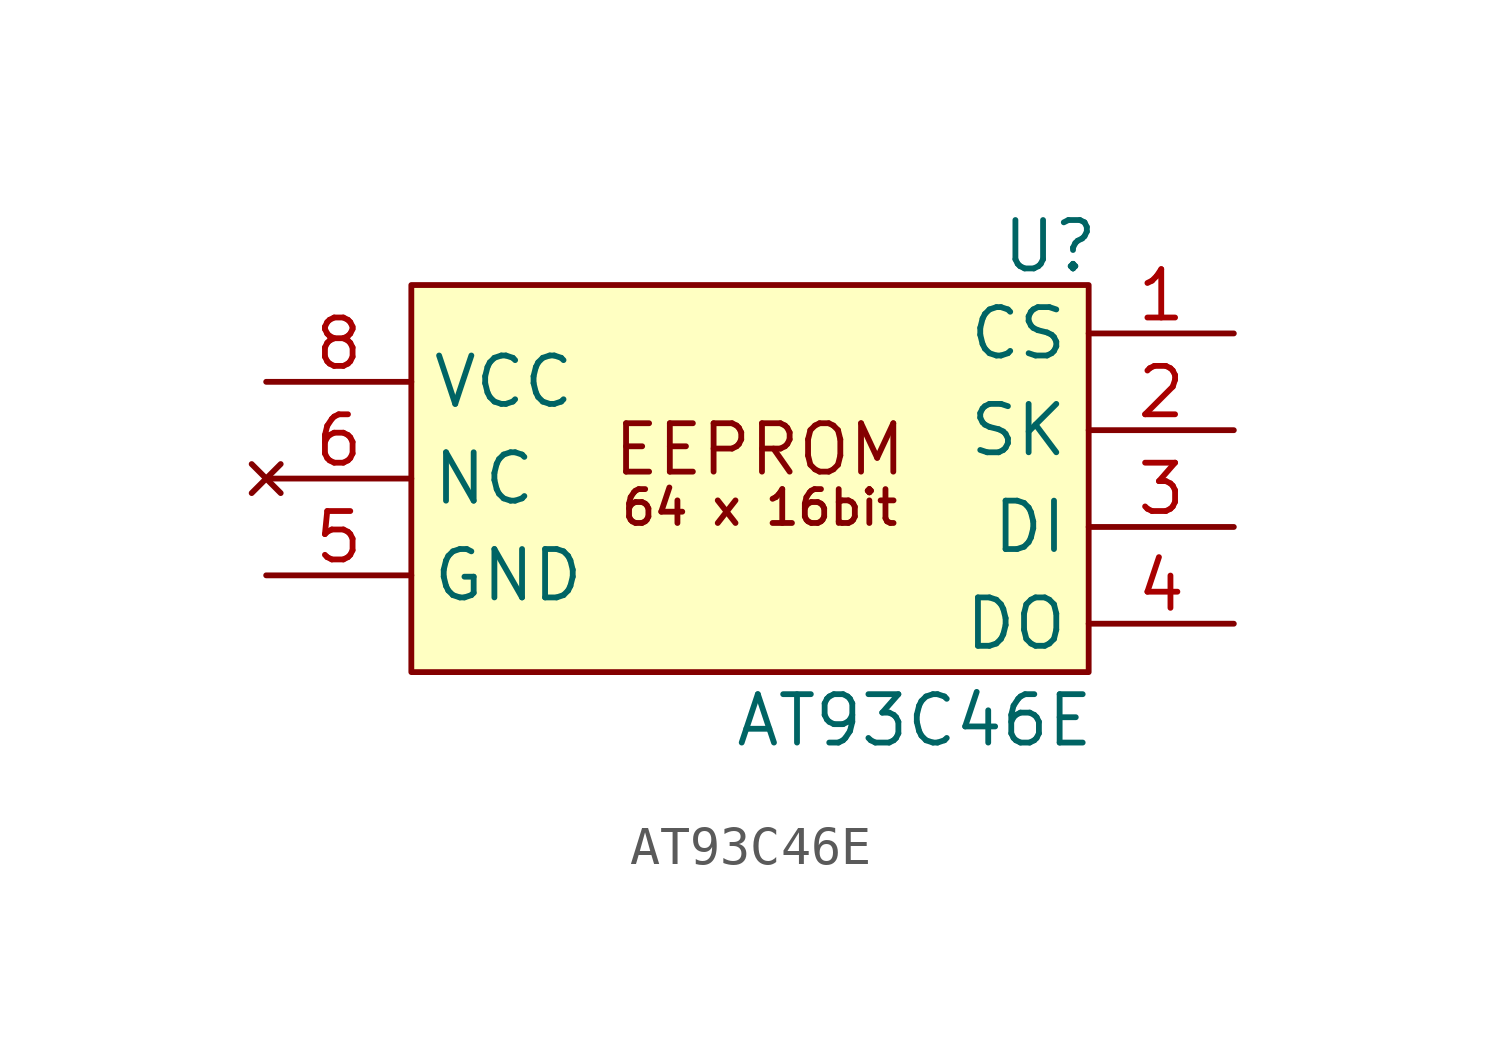
<source format=kicad_sym>
(kicad_symbol_lib
  (version 20231120)
  (generator "kicad_symbol_editor")
  (generator_version "8.0")
  (symbol "AT93C46E"
    (property "Reference" "U"
      (at 7.874 6.096 0)
      (effects (font (size 1.27 1.27))))
    (property "Value" "AT93C46E"
      (at 4.318 -6.35 0)
      (effects (font (size 1.27 1.27))))
    (symbol "AT93C46E_0_0"
      (pin input line (at 12.7 3.81 180) (length 3.81) (name "CS" (effects (font (size 1.27 1.27)))) (number "1" (effects (font (size 1.27 1.27)))))
      (pin input line (at 12.7 1.27 180) (length 3.81) (name "SK" (effects (font (size 1.27 1.27)))) (number "2" (effects (font (size 1.27 1.27)))))
      (pin input line (at 12.7 -1.27 180) (length 3.81) (name "DI" (effects (font (size 1.27 1.27)))) (number "3" (effects (font (size 1.27 1.27)))))
      (pin output line (at 12.7 -3.81 180) (length 3.81) (name "DO" (effects (font (size 1.27 1.27)))) (number "4" (effects (font (size 1.27 1.27)))))
      (pin power_in line (at -12.7 -2.54 0) (length 3.81) (name "GND" (effects (font (size 1.27 1.27)))) (number "5" (effects (font (size 1.27 1.27)))))
      (pin no_connect line (at -12.7 0 0) (length 3.81) (name "NC" (effects (font (size 1.27 1.27)))) (number "6" (effects (font (size 1.27 1.27)))))
      (pin power_in line (at -12.7 2.54 0) (length 3.81) (name "VCC" (effects (font (size 1.27 1.27)))) (number "8" (effects (font (size 1.27 1.27))))))
    (symbol "AT93C46E_1_0"
      (pin no_connect line (at -12.7 0 0) (length 3.81) hide (name "NC" (effects (font (size 1.27 1.27)))) (number "7" (effects (font (size 1.27 1.27))))))
    (symbol "AT93C46E_1_1"
      (rectangle (start -8.89 5.08) (end 8.89 -5.08) (stroke (width 0) (type default)) (fill (type background)))
      (text "64 x 16bit" (at 0.254 -0.762 0) (effects (font (size 0.889 0.889))))
      (text "EEPROM" (at 0.254 0.762 0) (effects (font (size 1.27 1.27)))))))
</source>
